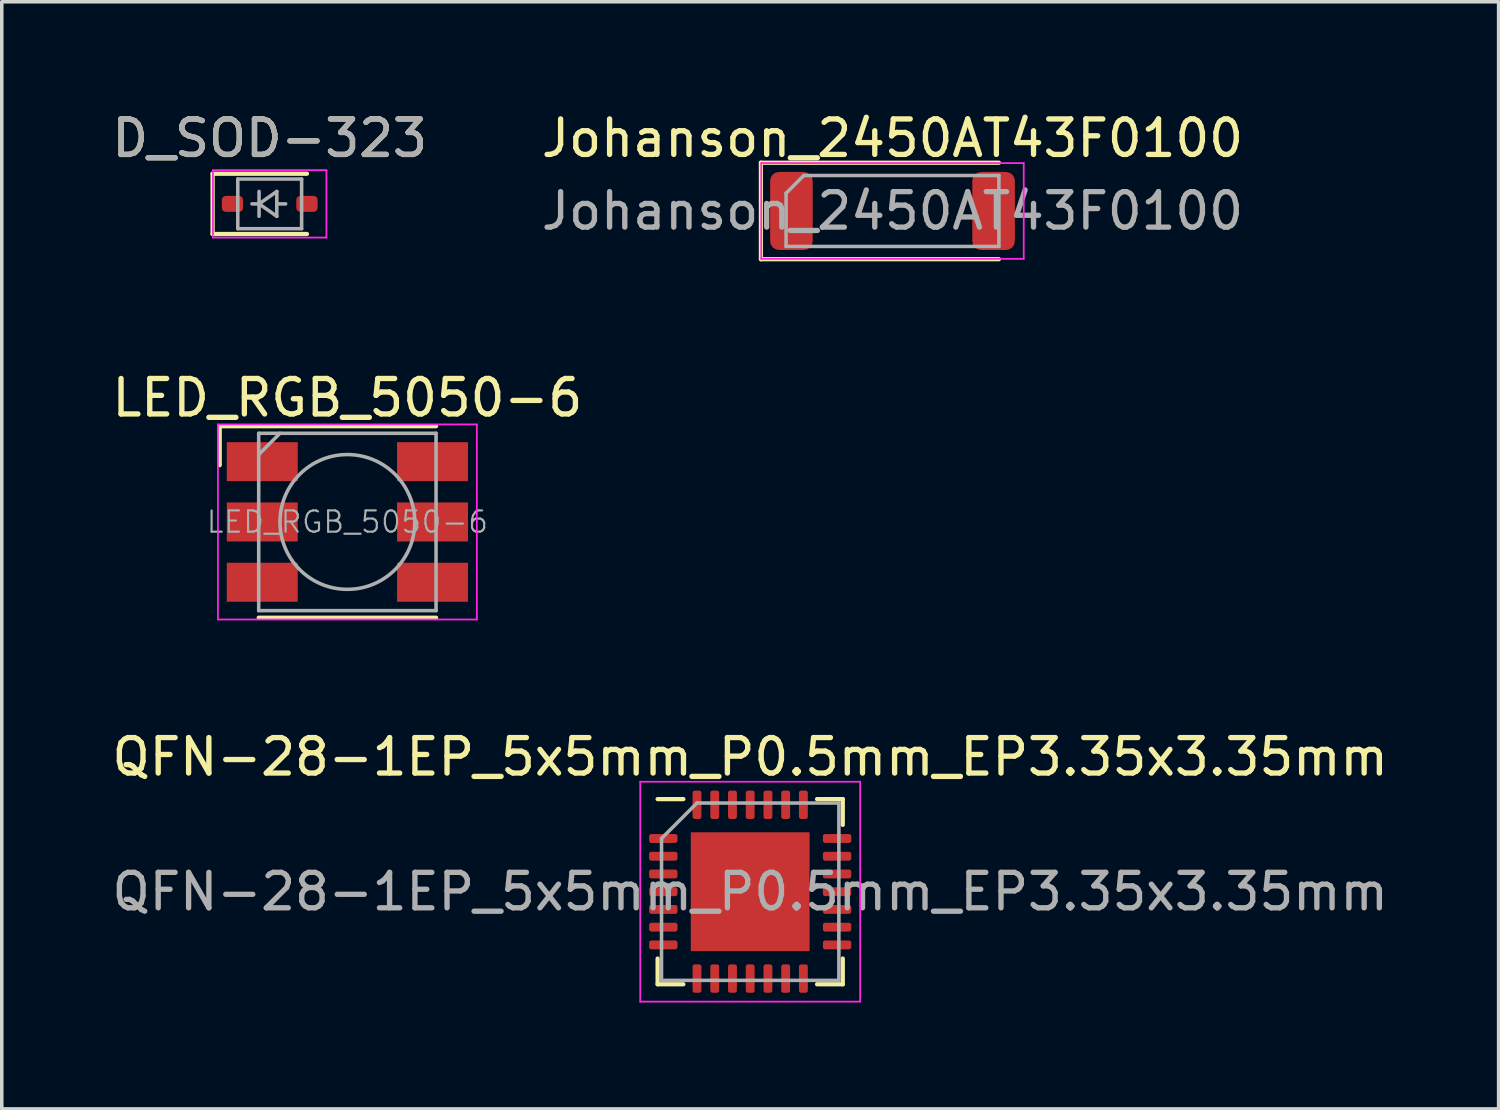
<source format=kicad_pcb>
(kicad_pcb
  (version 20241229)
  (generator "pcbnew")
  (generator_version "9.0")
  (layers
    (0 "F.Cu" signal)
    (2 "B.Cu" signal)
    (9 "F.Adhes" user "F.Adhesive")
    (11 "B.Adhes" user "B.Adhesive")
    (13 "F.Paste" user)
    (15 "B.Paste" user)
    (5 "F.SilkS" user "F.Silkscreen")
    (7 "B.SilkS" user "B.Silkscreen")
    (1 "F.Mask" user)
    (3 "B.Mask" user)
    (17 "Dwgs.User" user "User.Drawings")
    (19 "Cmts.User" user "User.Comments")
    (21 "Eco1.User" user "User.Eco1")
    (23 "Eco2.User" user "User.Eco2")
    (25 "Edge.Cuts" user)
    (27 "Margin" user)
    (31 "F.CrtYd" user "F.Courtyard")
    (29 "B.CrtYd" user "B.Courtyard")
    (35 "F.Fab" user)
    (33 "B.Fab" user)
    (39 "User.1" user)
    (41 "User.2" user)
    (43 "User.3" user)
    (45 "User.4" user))
  (footprint "D_SOD-323"
    (layer "F.Cu")
    (at 4.554 2.698)
    (property "Reference" "D_SOD-323" (at 0 -1.85 180) (layer "F.SilkS") (effects (font (size 1 1) (thickness 0.15))))
    (attr smd)
    (fp_line (start -1.61 -0.85) (end -1.61 0.85) (stroke (width 0.12) (type solid)) (layer "F.SilkS"))
    (fp_line (start -1.61 -0.85) (end 1.05 -0.85) (stroke (width 0.12) (type solid)) (layer "F.SilkS"))
    (fp_line (start -1.61 0.85) (end 1.05 0.85) (stroke (width 0.12) (type solid)) (layer "F.SilkS"))
    (fp_line (start -1.6 -0.95) (end -1.6 0.95) (stroke (width 0.05) (type solid)) (layer "F.CrtYd"))
    (fp_line (start -1.6 -0.95) (end 1.6 -0.95) (stroke (width 0.05) (type solid)) (layer "F.CrtYd"))
    (fp_line (start -1.6 0.95) (end 1.6 0.95) (stroke (width 0.05) (type solid)) (layer "F.CrtYd"))
    (fp_line (start 1.6 -0.95) (end 1.6 0.95) (stroke (width 0.05) (type solid)) (layer "F.CrtYd"))
    (fp_line (start -0.9 -0.7) (end 0.9 -0.7) (stroke (width 0.1) (type solid)) (layer "F.Fab"))
    (fp_line (start -0.9 0.7) (end -0.9 -0.7) (stroke (width 0.1) (type solid)) (layer "F.Fab"))
    (fp_line (start -0.3 -0.35) (end -0.3 0.35) (stroke (width 0.1) (type solid)) (layer "F.Fab"))
    (fp_line (start -0.3 0) (end -0.5 0) (stroke (width 0.1) (type solid)) (layer "F.Fab"))
    (fp_line (start -0.3 0) (end 0.2 -0.35) (stroke (width 0.1) (type solid)) (layer "F.Fab"))
    (fp_line (start 0.2 -0.35) (end 0.2 0.35) (stroke (width 0.1) (type solid)) (layer "F.Fab"))
    (fp_line (start 0.2 0) (end 0.45 0) (stroke (width 0.1) (type solid)) (layer "F.Fab"))
    (fp_line (start 0.2 0.35) (end -0.3 0) (stroke (width 0.1) (type solid)) (layer "F.Fab"))
    (fp_line (start 0.9 -0.7) (end 0.9 0.7) (stroke (width 0.1) (type solid)) (layer "F.Fab"))
    (fp_line (start 0.9 0.7) (end -0.9 0.7) (stroke (width 0.1) (type solid)) (layer "F.Fab"))
    (fp_text user "${REFERENCE}" (at 0 -1.85 180) (layer "F.Fab") (effects (font (size 1 1) (thickness 0.15))))
    (pad "1" smd roundrect (at -1.05 0) (size 0.6 0.45) (layers "F.Cu" "F.Mask" "F.Paste") (roundrect_rratio 0.25))
    (pad "2" smd roundrect (at 1.05 0) (size 0.6 0.45) (layers "F.Cu" "F.Mask" "F.Paste") (roundrect_rratio 0.25)))
  (footprint "LED_RGB_5050-6"
    (layer "F.Cu")
    (at 6.744 11.666)
    (property "Reference" "LED_RGB_5050-6" (at 0 -3.5 0) (layer "F.SilkS") (effects (font (size 1 1) (thickness 0.15))))
    (attr smd)
    (fp_line (start -3.6 -2.7) (end 2.5 -2.7) (stroke (width 0.12) (type solid)) (layer "F.SilkS"))
    (fp_line (start -3.6 -1.6) (end -3.6 -2.7) (stroke (width 0.12) (type solid)) (layer "F.SilkS"))
    (fp_line (start 2.5 2.7) (end -2.5 2.7) (stroke (width 0.12) (type solid)) (layer "F.SilkS"))
    (fp_line (start -3.65 -2.75) (end -3.65 2.75) (stroke (width 0.05) (type solid)) (layer "F.CrtYd"))
    (fp_line (start -3.65 2.75) (end 3.65 2.75) (stroke (width 0.05) (type solid)) (layer "F.CrtYd"))
    (fp_line (start 3.65 -2.75) (end -3.65 -2.75) (stroke (width 0.05) (type solid)) (layer "F.CrtYd"))
    (fp_line (start 3.65 2.75) (end 3.65 -2.75) (stroke (width 0.05) (type solid)) (layer "F.CrtYd"))
    (fp_line (start -2.5 -2.5) (end -2.5 2.5) (stroke (width 0.1) (type solid)) (layer "F.Fab"))
    (fp_line (start -2.5 -1.9) (end -1.9 -2.5) (stroke (width 0.1) (type solid)) (layer "F.Fab"))
    (fp_line (start -2.5 2.5) (end 2.5 2.5) (stroke (width 0.1) (type solid)) (layer "F.Fab"))
    (fp_line (start 2.5 -2.5) (end -2.5 -2.5) (stroke (width 0.1) (type solid)) (layer "F.Fab"))
    (fp_line (start 2.5 2.5) (end 2.5 -2.5) (stroke (width 0.1) (type solid)) (layer "F.Fab"))
    (fp_circle (center 0 0) (end 0 -1.9) (stroke (width 0.1) (type solid)) (fill no) (layer "F.Fab"))
    (fp_text user "${REFERENCE}" (at 0 0 0) (layer "F.Fab") (effects (font (size 0.6 0.6) (thickness 0.06))))
    (pad "1" smd rect (at -2.4 -1.7 90) (size 1.1 2) (layers "F.Cu" "F.Mask" "F.Paste"))
    (pad "2" smd rect (at -2.4 0 90) (size 1.1 2) (layers "F.Cu" "F.Mask" "F.Paste"))
    (pad "3" smd rect (at -2.4 1.7 90) (size 1.1 2) (layers "F.Cu" "F.Mask" "F.Paste"))
    (pad "4" smd rect (at 2.4 1.7 90) (size 1.1 2) (layers "F.Cu" "F.Mask" "F.Paste"))
    (pad "5" smd rect (at 2.4 0 90) (size 1.1 2) (layers "F.Cu" "F.Mask" "F.Paste"))
    (pad "6" smd rect (at 2.4 -1.7 90) (size 1.1 2) (layers "F.Cu" "F.Mask" "F.Paste")))
  (footprint "Johanson_2450AT43F0100"
    (layer "F.Cu")
    (at 22.113 2.898)
    (property "Reference" "Johanson_2450AT43F0100" (at 0 -2.05 0) (layer "F.SilkS") (effects (font (size 1 1) (thickness 0.15))))
    (attr smd)
    (fp_line (start -3.71 -1.36) (end -3.71 1.36) (stroke (width 0.12) (type solid)) (layer "F.SilkS"))
    (fp_line (start -3.71 1.36) (end 3 1.36) (stroke (width 0.12) (type solid)) (layer "F.SilkS"))
    (fp_line (start 3 -1.36) (end -3.71 -1.36) (stroke (width 0.12) (type solid)) (layer "F.SilkS"))
    (fp_line (start -3.7 -1.35) (end 3.7 -1.35) (stroke (width 0.05) (type solid)) (layer "F.CrtYd"))
    (fp_line (start -3.7 1.35) (end -3.7 -1.35) (stroke (width 0.05) (type solid)) (layer "F.CrtYd"))
    (fp_line (start 3.7 -1.35) (end 3.7 1.35) (stroke (width 0.05) (type solid)) (layer "F.CrtYd"))
    (fp_line (start 3.7 1.35) (end -3.7 1.35) (stroke (width 0.05) (type solid)) (layer "F.CrtYd"))
    (fp_line (start -3 -0.5) (end -3 1) (stroke (width 0.1) (type solid)) (layer "F.Fab"))
    (fp_line (start -3 1) (end 3 1) (stroke (width 0.1) (type solid)) (layer "F.Fab"))
    (fp_line (start -2.5 -1) (end -3 -0.5) (stroke (width 0.1) (type solid)) (layer "F.Fab"))
    (fp_line (start 3 -1) (end -2.5 -1) (stroke (width 0.1) (type solid)) (layer "F.Fab"))
    (fp_line (start 3 1) (end 3 -1) (stroke (width 0.1) (type solid)) (layer "F.Fab"))
    (fp_text user "${REFERENCE}" (at 0 0 0) (layer "F.Fab") (effects (font (size 1 1) (thickness 0.15))))
    (pad "1" smd roundrect (at -2.85 0) (size 1.2 2.2) (layers "F.Cu" "F.Mask" "F.Paste") (roundrect_rratio 0.208))
    (pad "2" smd roundrect (at 2.85 0) (size 1.2 2.2) (layers "F.Cu" "F.Mask" "F.Paste") (roundrect_rratio 0.208)))
  (footprint "QFN-28-1EP_5x5mm_P0.5mm_EP3.35x3.35mm"
    (layer "F.Cu")
    (at 18.101 22.09)
    (property "Reference" "QFN-28-1EP_5x5mm_P0.5mm_EP3.35x3.35mm" (at 0 -3.8 180) (layer "F.SilkS") (effects (font (size 1 1) (thickness 0.15))))
    (attr smd)
    (fp_line (start -2.61 2.61) (end -2.61 1.885) (stroke (width 0.12) (type solid)) (layer "F.SilkS"))
    (fp_line (start -1.885 -2.61) (end -2.61 -2.61) (stroke (width 0.12) (type solid)) (layer "F.SilkS"))
    (fp_line (start -1.885 2.61) (end -2.61 2.61) (stroke (width 0.12) (type solid)) (layer "F.SilkS"))
    (fp_line (start 1.885 -2.61) (end 2.61 -2.61) (stroke (width 0.12) (type solid)) (layer "F.SilkS"))
    (fp_line (start 1.885 2.61) (end 2.61 2.61) (stroke (width 0.12) (type solid)) (layer "F.SilkS"))
    (fp_line (start 2.61 -2.61) (end 2.61 -1.885) (stroke (width 0.12) (type solid)) (layer "F.SilkS"))
    (fp_line (start 2.61 2.61) (end 2.61 1.885) (stroke (width 0.12) (type solid)) (layer "F.SilkS"))
    (fp_line (start -3.1 -3.1) (end -3.1 3.1) (stroke (width 0.05) (type solid)) (layer "F.CrtYd"))
    (fp_line (start -3.1 3.1) (end 3.1 3.1) (stroke (width 0.05) (type solid)) (layer "F.CrtYd"))
    (fp_line (start 3.1 -3.1) (end -3.1 -3.1) (stroke (width 0.05) (type solid)) (layer "F.CrtYd"))
    (fp_line (start 3.1 3.1) (end 3.1 -3.1) (stroke (width 0.05) (type solid)) (layer "F.CrtYd"))
    (fp_line (start -2.5 -1.5) (end -1.5 -2.5) (stroke (width 0.1) (type solid)) (layer "F.Fab"))
    (fp_line (start -2.5 2.5) (end -2.5 -1.5) (stroke (width 0.1) (type solid)) (layer "F.Fab"))
    (fp_line (start -1.5 -2.5) (end 2.5 -2.5) (stroke (width 0.1) (type solid)) (layer "F.Fab"))
    (fp_line (start 2.5 -2.5) (end 2.5 2.5) (stroke (width 0.1) (type solid)) (layer "F.Fab"))
    (fp_line (start 2.5 2.5) (end -2.5 2.5) (stroke (width 0.1) (type solid)) (layer "F.Fab"))
    (fp_text user "${REFERENCE}" (at 0 0 180) (layer "F.Fab") (effects (font (size 1 1) (thickness 0.15))))
    (pad "" smd roundrect (at -1.12 -1.12) (size 0.9 0.9) (layers "F.Paste") (roundrect_rratio 0.25))
    (pad "" smd roundrect (at -1.12 0) (size 0.9 0.9) (layers "F.Paste") (roundrect_rratio 0.25))
    (pad "" smd roundrect (at -1.12 1.12) (size 0.9 0.9) (layers "F.Paste") (roundrect_rratio 0.25))
    (pad "" smd roundrect (at 0 -1.12) (size 0.9 0.9) (layers "F.Paste") (roundrect_rratio 0.25))
    (pad "" smd roundrect (at 0 0) (size 0.9 0.9) (layers "F.Paste") (roundrect_rratio 0.25))
    (pad "" smd roundrect (at 0 1.12) (size 0.9 0.9) (layers "F.Paste") (roundrect_rratio 0.25))
    (pad "" smd roundrect (at 1.12 -1.12) (size 0.9 0.9) (layers "F.Paste") (roundrect_rratio 0.25))
    (pad "" smd roundrect (at 1.12 0) (size 0.9 0.9) (layers "F.Paste") (roundrect_rratio 0.25))
    (pad "" smd roundrect (at 1.12 1.12) (size 0.9 0.9) (layers "F.Paste") (roundrect_rratio 0.25))
    (pad "1" smd roundrect (at -2.45 -1.5) (size 0.8 0.25) (layers "F.Cu" "F.Mask" "F.Paste") (roundrect_rratio 0.25))
    (pad "2" smd roundrect (at -2.45 -1) (size 0.8 0.25) (layers "F.Cu" "F.Mask" "F.Paste") (roundrect_rratio 0.25))
    (pad "3" smd roundrect (at -2.45 -0.5) (size 0.8 0.25) (layers "F.Cu" "F.Mask" "F.Paste") (roundrect_rratio 0.25))
    (pad "4" smd roundrect (at -2.45 0) (size 0.8 0.25) (layers "F.Cu" "F.Mask" "F.Paste") (roundrect_rratio 0.25))
    (pad "5" smd roundrect (at -2.45 0.5) (size 0.8 0.25) (layers "F.Cu" "F.Mask" "F.Paste") (roundrect_rratio 0.25))
    (pad "6" smd roundrect (at -2.45 1) (size 0.8 0.25) (layers "F.Cu" "F.Mask" "F.Paste") (roundrect_rratio 0.25))
    (pad "7" smd roundrect (at -2.45 1.5) (size 0.8 0.25) (layers "F.Cu" "F.Mask" "F.Paste") (roundrect_rratio 0.25))
    (pad "8" smd roundrect (at -1.5 2.45) (size 0.25 0.8) (layers "F.Cu" "F.Mask" "F.Paste") (roundrect_rratio 0.25))
    (pad "9" smd roundrect (at -1 2.45) (size 0.25 0.8) (layers "F.Cu" "F.Mask" "F.Paste") (roundrect_rratio 0.25))
    (pad "10" smd roundrect (at -0.5 2.45) (size 0.25 0.8) (layers "F.Cu" "F.Mask" "F.Paste") (roundrect_rratio 0.25))
    (pad "11" smd roundrect (at 0 2.45) (size 0.25 0.8) (layers "F.Cu" "F.Mask" "F.Paste") (roundrect_rratio 0.25))
    (pad "12" smd roundrect (at 0.5 2.45) (size 0.25 0.8) (layers "F.Cu" "F.Mask" "F.Paste") (roundrect_rratio 0.25))
    (pad "13" smd roundrect (at 1 2.45) (size 0.25 0.8) (layers "F.Cu" "F.Mask" "F.Paste") (roundrect_rratio 0.25))
    (pad "14" smd roundrect (at 1.5 2.45) (size 0.25 0.8) (layers "F.Cu" "F.Mask" "F.Paste") (roundrect_rratio 0.25))
    (pad "15" smd roundrect (at 2.45 1.5) (size 0.8 0.25) (layers "F.Cu" "F.Mask" "F.Paste") (roundrect_rratio 0.25))
    (pad "16" smd roundrect (at 2.45 1) (size 0.8 0.25) (layers "F.Cu" "F.Mask" "F.Paste") (roundrect_rratio 0.25))
    (pad "17" smd roundrect (at 2.45 0.5) (size 0.8 0.25) (layers "F.Cu" "F.Mask" "F.Paste") (roundrect_rratio 0.25))
    (pad "18" smd roundrect (at 2.45 0) (size 0.8 0.25) (layers "F.Cu" "F.Mask" "F.Paste") (roundrect_rratio 0.25))
    (pad "19" smd roundrect (at 2.45 -0.5) (size 0.8 0.25) (layers "F.Cu" "F.Mask" "F.Paste") (roundrect_rratio 0.25))
    (pad "20" smd roundrect (at 2.45 -1) (size 0.8 0.25) (layers "F.Cu" "F.Mask" "F.Paste") (roundrect_rratio 0.25))
    (pad "21" smd roundrect (at 2.45 -1.5) (size 0.8 0.25) (layers "F.Cu" "F.Mask" "F.Paste") (roundrect_rratio 0.25))
    (pad "22" smd roundrect (at 1.5 -2.45) (size 0.25 0.8) (layers "F.Cu" "F.Mask" "F.Paste") (roundrect_rratio 0.25))
    (pad "23" smd roundrect (at 1 -2.45) (size 0.25 0.8) (layers "F.Cu" "F.Mask" "F.Paste") (roundrect_rratio 0.25))
    (pad "24" smd roundrect (at 0.5 -2.45) (size 0.25 0.8) (layers "F.Cu" "F.Mask" "F.Paste") (roundrect_rratio 0.25))
    (pad "25" smd roundrect (at 0 -2.45) (size 0.25 0.8) (layers "F.Cu" "F.Mask" "F.Paste") (roundrect_rratio 0.25))
    (pad "26" smd roundrect (at -0.5 -2.45) (size 0.25 0.8) (layers "F.Cu" "F.Mask" "F.Paste") (roundrect_rratio 0.25))
    (pad "27" smd roundrect (at -1 -2.45) (size 0.25 0.8) (layers "F.Cu" "F.Mask" "F.Paste") (roundrect_rratio 0.25))
    (pad "28" smd roundrect (at -1.5 -2.45) (size 0.25 0.8) (layers "F.Cu" "F.Mask" "F.Paste") (roundrect_rratio 0.25))
    (pad "29" smd rect (at 0 0) (size 3.35 3.35) (layers "F.Cu" "F.Mask")))
  (gr_rect
    (start -3 -3)
    (end 39.202 28.215)
    (stroke (width 0.1) (type default))
    (fill no)
    (layer "Edge.Cuts")))
</source>
